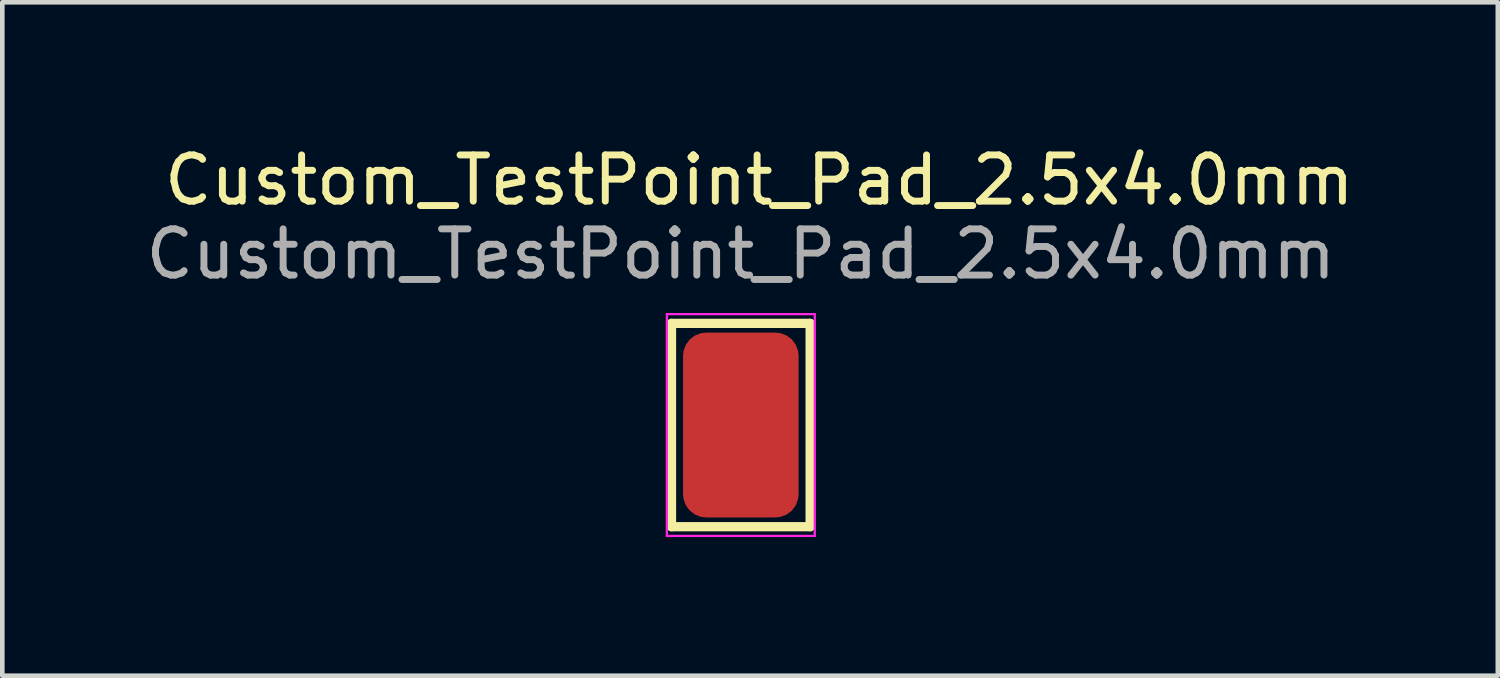
<source format=kicad_pcb>
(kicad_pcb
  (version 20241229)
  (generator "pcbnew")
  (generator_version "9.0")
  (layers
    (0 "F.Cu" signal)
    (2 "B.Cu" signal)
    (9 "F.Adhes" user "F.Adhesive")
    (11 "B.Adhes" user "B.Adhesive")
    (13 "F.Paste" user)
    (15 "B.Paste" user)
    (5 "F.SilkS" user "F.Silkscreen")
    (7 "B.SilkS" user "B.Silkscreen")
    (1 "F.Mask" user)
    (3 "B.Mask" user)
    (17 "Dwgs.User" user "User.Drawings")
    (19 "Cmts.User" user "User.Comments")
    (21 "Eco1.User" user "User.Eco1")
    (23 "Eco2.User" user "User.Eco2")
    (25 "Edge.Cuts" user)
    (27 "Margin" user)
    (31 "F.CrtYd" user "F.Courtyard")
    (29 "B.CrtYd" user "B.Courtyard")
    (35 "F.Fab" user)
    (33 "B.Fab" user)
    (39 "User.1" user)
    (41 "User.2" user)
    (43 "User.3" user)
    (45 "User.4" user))
  (footprint "Custom_TestPoint_Pad_2.5x4.0mm"
    (layer "F.Cu")
    (at 12.982 5.148)
    (property "Reference" "Custom_TestPoint_Pad_2.5x4.0mm" (at 0.4 -4.3 0) (layer "F.SilkS") (effects (font (size 1 1) (thickness 0.15))))
    (attr exclude_from_pos_files exclude_from_bom allow_missing_courtyard)
    (fp_line (start -1.5 3.2) (end -1.5 -1.2) (stroke (width 0.2) (type default)) (layer "F.SilkS"))
    (fp_line (start 1.5 -1.2) (end -1.5 -1.2) (stroke (width 0.2) (type default)) (layer "F.SilkS"))
    (fp_line (start 1.5 -1.2) (end 1.5 3.2) (stroke (width 0.2) (type default)) (layer "F.SilkS"))
    (fp_line (start 1.5 3.2) (end -1.5 3.2) (stroke (width 0.2) (type default)) (layer "F.SilkS"))
    (fp_line (start -1.6 -1.4) (end -1.6 3.4) (stroke (width 0.05) (type solid)) (layer "F.CrtYd"))
    (fp_line (start -1.6 -1.4) (end 1.6 -1.4) (stroke (width 0.05) (type solid)) (layer "F.CrtYd"))
    (fp_line (start 1.6 3.4) (end -1.6 3.4) (stroke (width 0.05) (type solid)) (layer "F.CrtYd"))
    (fp_line (start 1.6 3.4) (end 1.6 -1.4) (stroke (width 0.05) (type solid)) (layer "F.CrtYd"))
    (fp_text user "${REFERENCE}" (at 0 -2.7 0) (layer "F.Fab") (effects (font (size 1 1) (thickness 0.15))))
    (pad "1" smd roundrect (at 0 1) (size 2.5 4) (layers "F.Cu" "F.Mask") (roundrect_rratio 0.2)))
  (gr_rect
    (start -3 -3)
    (end 29.364 11.573)
    (stroke (width 0.1) (type default))
    (fill no)
    (layer "Edge.Cuts")))
</source>
